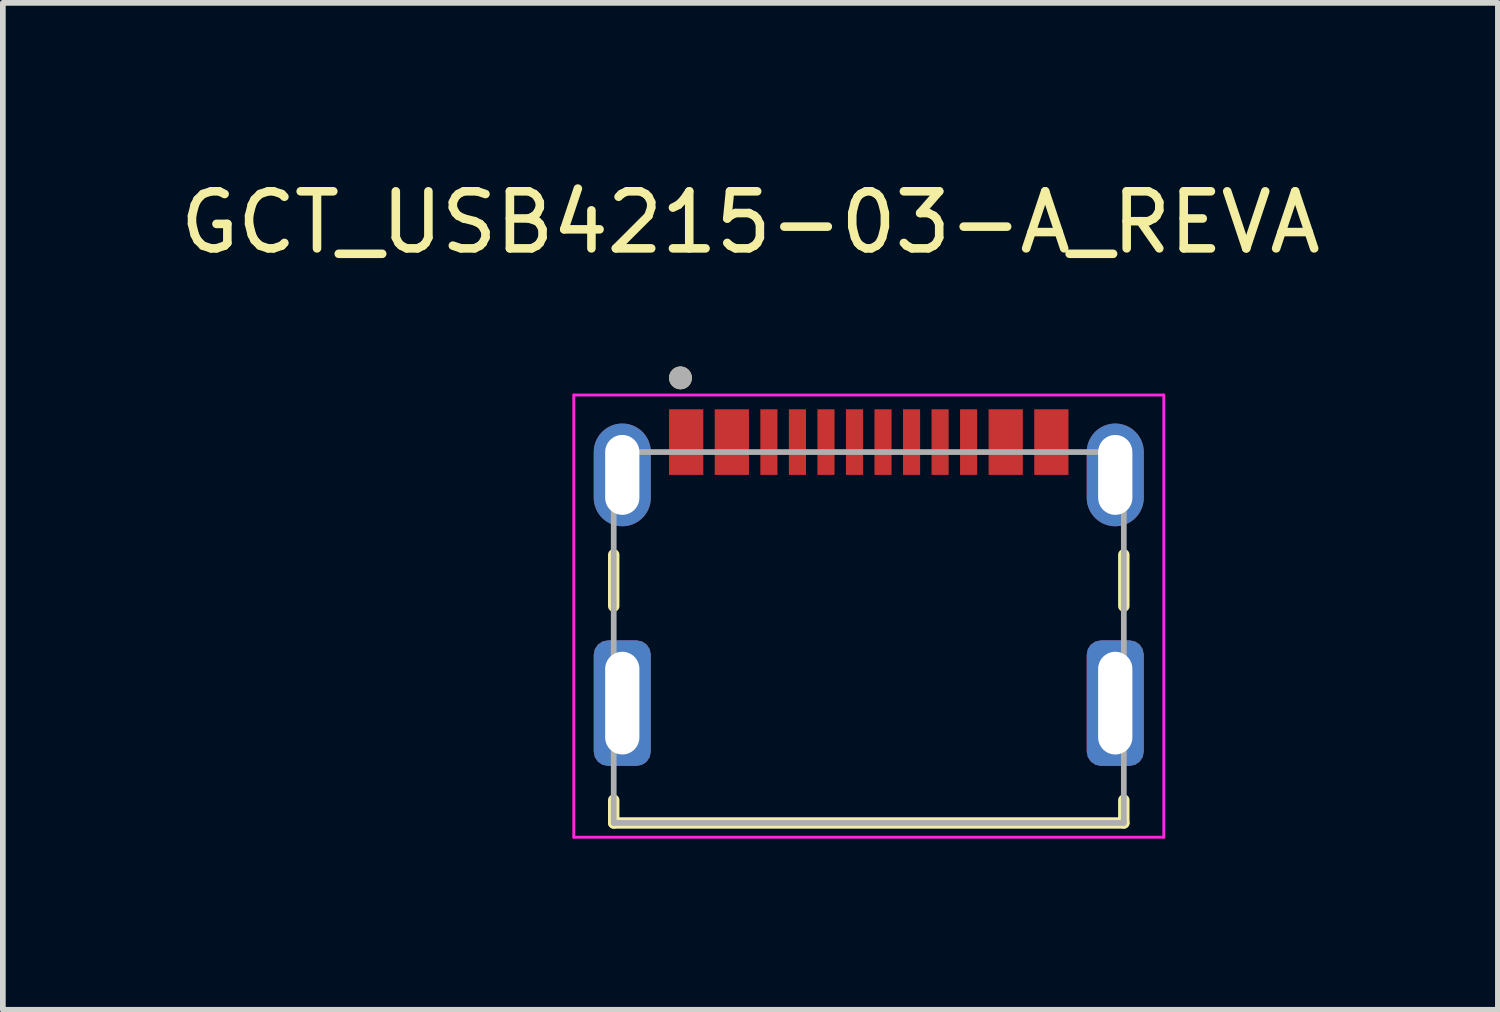
<source format=kicad_pcb>
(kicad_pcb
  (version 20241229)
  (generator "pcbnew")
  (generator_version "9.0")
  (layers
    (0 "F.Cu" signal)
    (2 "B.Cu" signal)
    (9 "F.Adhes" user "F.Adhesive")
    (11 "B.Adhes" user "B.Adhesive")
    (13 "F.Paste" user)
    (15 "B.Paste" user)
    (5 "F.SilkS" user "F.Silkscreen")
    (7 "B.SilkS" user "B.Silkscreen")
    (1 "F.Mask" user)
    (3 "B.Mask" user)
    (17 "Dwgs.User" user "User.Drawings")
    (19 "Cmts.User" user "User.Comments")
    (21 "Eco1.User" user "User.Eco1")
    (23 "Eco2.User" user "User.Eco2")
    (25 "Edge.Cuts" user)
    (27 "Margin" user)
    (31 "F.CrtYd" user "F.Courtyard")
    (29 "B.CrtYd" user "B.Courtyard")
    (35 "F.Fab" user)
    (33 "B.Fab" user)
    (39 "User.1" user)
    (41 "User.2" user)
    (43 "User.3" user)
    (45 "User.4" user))
  (footprint "GCT_USB4215-03-A_REVA"
    (layer "F.Cu")
    (at 12.176 9.273)
    (property "Reference" "GCT_USB4215-03-A_REVA" (at -2.075 -8.425 0) (layer "F.SilkS") (effects (font (size 1 1) (thickness 0.15))))
    (attr smd)
    (fp_line (start -4.47 -2.6) (end -4.47 -1.7) (stroke (width 0.2) (type solid)) (layer "F.SilkS"))
    (fp_line (start -4.47 1.7) (end -4.47 2.1) (stroke (width 0.2) (type solid)) (layer "F.SilkS"))
    (fp_line (start -4.47 2.1) (end 4.47 2.1) (stroke (width 0.2) (type solid)) (layer "F.SilkS"))
    (fp_line (start 4.47 -2.6) (end 4.47 -1.7) (stroke (width 0.2) (type solid)) (layer "F.SilkS"))
    (fp_line (start 4.47 2.1) (end 4.47 1.7) (stroke (width 0.2) (type solid)) (layer "F.SilkS"))
    (fp_circle (center -3.3 -5.7) (end -3.2 -5.7) (stroke (width 0.2) (type solid)) (fill no) (layer "F.SilkS"))
    (fp_line (start -5.17 -5.4) (end -5.17 2.35) (stroke (width 0.05) (type solid)) (layer "F.CrtYd"))
    (fp_line (start -5.17 2.35) (end 5.17 2.35) (stroke (width 0.05) (type solid)) (layer "F.CrtYd"))
    (fp_line (start 5.17 -5.4) (end -5.17 -5.4) (stroke (width 0.05) (type solid)) (layer "F.CrtYd"))
    (fp_line (start 5.17 2.35) (end 5.17 -5.4) (stroke (width 0.05) (type solid)) (layer "F.CrtYd"))
    (fp_line (start -4.47 -4.4) (end -4.47 2.1) (stroke (width 0.1) (type solid)) (layer "F.Fab"))
    (fp_line (start -4.47 2.1) (end 4.47 2.1) (stroke (width 0.1) (type solid)) (layer "F.Fab"))
    (fp_line (start 4.47 -4.4) (end -4.47 -4.4) (stroke (width 0.1) (type solid)) (layer "F.Fab"))
    (fp_line (start 4.47 2.1) (end 4.47 -4.4) (stroke (width 0.1) (type solid)) (layer "F.Fab"))
    (fp_circle (center -3.3 -5.7) (end -3.2 -5.7) (stroke (width 0.2) (type solid)) (fill no) (layer "F.Fab"))
    (pad "A1_B12" smd rect (at -3.2 -4.575) (size 0.6 1.15) (layers "F.Cu" "F.Mask" "F.Paste"))
    (pad "A4_B9" smd rect (at -2.4 -4.575) (size 0.6 1.15) (layers "F.Cu" "F.Mask" "F.Paste"))
    (pad "A5" smd rect (at -1.25 -4.575) (size 0.3 1.15) (layers "F.Cu" "F.Mask" "F.Paste"))
    (pad "A6" smd rect (at -0.25 -4.575) (size 0.3 1.15) (layers "F.Cu" "F.Mask" "F.Paste"))
    (pad "A7" smd rect (at 0.25 -4.575) (size 0.3 1.15) (layers "F.Cu" "F.Mask" "F.Paste"))
    (pad "A8" smd rect (at 1.25 -4.575) (size 0.3 1.15) (layers "F.Cu" "F.Mask" "F.Paste"))
    (pad "B1_A12" smd rect (at 3.2 -4.575) (size 0.6 1.15) (layers "F.Cu" "F.Mask" "F.Paste"))
    (pad "B4_A9" smd rect (at 2.4 -4.575) (size 0.6 1.15) (layers "F.Cu" "F.Mask" "F.Paste"))
    (pad "B5" smd rect (at 1.75 -4.575) (size 0.3 1.15) (layers "F.Cu" "F.Mask" "F.Paste"))
    (pad "B6" smd rect (at 0.75 -4.575) (size 0.3 1.15) (layers "F.Cu" "F.Mask" "F.Paste"))
    (pad "B7" smd rect (at -0.75 -4.575) (size 0.3 1.15) (layers "F.Cu" "F.Mask" "F.Paste"))
    (pad "B8" smd rect (at -1.75 -4.575) (size 0.3 1.15) (layers "F.Cu" "F.Mask" "F.Paste"))
    (pad "SH1" thru_hole oval (at -4.32 -4) (size 1 1.8) (drill oval 0.6 1.4) (layers "*.Cu" "*.Mask"))
    (pad "SH2" thru_hole oval (at 4.32 -4) (size 1 1.8) (drill oval 0.6 1.4) (layers "*.Cu" "*.Mask"))
    (pad "SH3" thru_hole roundrect (at -4.32 0) (size 1 2.2) (drill oval 0.6 1.8) (layers "*.Cu" "*.Mask") (roundrect_rratio 0.25))
    (pad "SH4" thru_hole roundrect (at 4.32 0) (size 1 2.2) (drill oval 0.6 1.8) (layers "*.Cu" "*.Mask") (roundrect_rratio 0.25)))
  (gr_rect
    (start -3 -3)
    (end 23.202 14.648)
    (stroke (width 0.1) (type default))
    (fill no)
    (layer "Edge.Cuts")))
</source>
